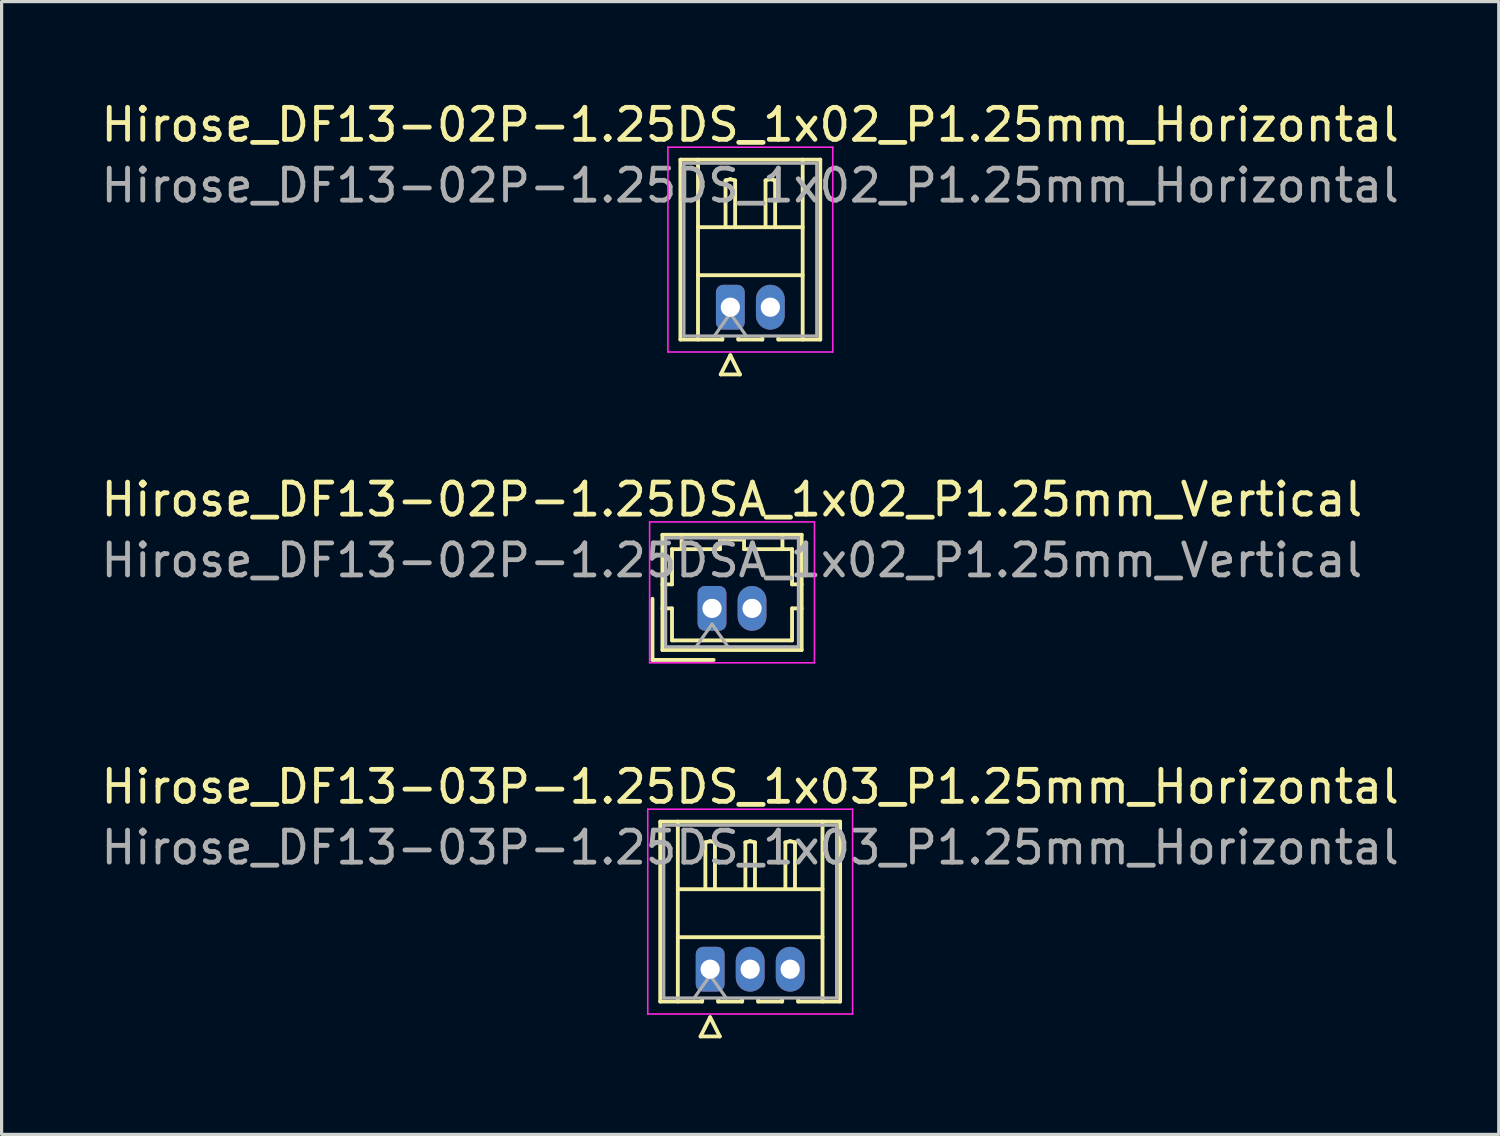
<source format=kicad_pcb>
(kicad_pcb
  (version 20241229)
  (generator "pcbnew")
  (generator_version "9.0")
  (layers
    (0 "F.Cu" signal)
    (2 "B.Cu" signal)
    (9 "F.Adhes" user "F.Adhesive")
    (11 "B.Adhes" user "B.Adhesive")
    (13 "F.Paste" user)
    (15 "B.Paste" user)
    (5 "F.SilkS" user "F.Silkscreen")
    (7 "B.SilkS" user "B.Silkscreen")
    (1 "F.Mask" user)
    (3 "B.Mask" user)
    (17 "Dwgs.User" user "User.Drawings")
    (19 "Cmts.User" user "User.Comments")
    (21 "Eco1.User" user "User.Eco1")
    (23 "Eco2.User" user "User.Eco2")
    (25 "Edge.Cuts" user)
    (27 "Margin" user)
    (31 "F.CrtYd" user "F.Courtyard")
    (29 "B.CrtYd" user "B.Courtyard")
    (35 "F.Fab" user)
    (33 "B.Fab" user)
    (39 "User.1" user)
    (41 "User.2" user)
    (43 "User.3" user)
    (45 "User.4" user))
  (footprint "Hirose_DF13-02P-1.25DS_1x02_P1.25mm_Horizontal"
    (layer "F.Cu")
    (at 19.767 6.548)
    (property "Reference" "Hirose_DF13-02P-1.25DS_1x02_P1.25mm_Horizontal" (at 0.62 -5.7 0) (layer "F.SilkS") (effects (font (size 1 1) (thickness 0.15))))
    (attr through_hole)
    (fp_line (start -1.56 -4.61) (end 2.81 -4.61) (stroke (width 0.12) (type solid)) (layer "F.SilkS"))
    (fp_line (start -1.56 1.01) (end -1.56 -4.61) (stroke (width 0.12) (type solid)) (layer "F.SilkS"))
    (fp_line (start -1.01 -4.61) (end -1.01 1.01) (stroke (width 0.12) (type solid)) (layer "F.SilkS"))
    (fp_line (start -1.01 -2.5) (end 2.26 -2.5) (stroke (width 0.12) (type solid)) (layer "F.SilkS"))
    (fp_line (start -1.01 -1) (end 2.26 -1) (stroke (width 0.12) (type solid)) (layer "F.SilkS"))
    (fp_line (start -0.3 2.1) (end 0.3 2.1) (stroke (width 0.12) (type solid)) (layer "F.SilkS"))
    (fp_line (start -0.25 0.96) (end -0.25 1.01) (stroke (width 0.12) (type solid)) (layer "F.SilkS"))
    (fp_line (start -0.25 1.01) (end -1.56 1.01) (stroke (width 0.12) (type solid)) (layer "F.SilkS"))
    (fp_line (start -0.15 -3.962) (end 0 -4) (stroke (width 0.12) (type solid)) (layer "F.SilkS"))
    (fp_line (start -0.15 -2.5) (end -0.15 -3.962) (stroke (width 0.12) (type solid)) (layer "F.SilkS"))
    (fp_line (start 0 -4) (end 0.15 -3.962) (stroke (width 0.12) (type solid)) (layer "F.SilkS"))
    (fp_line (start 0 1.5) (end -0.3 2.1) (stroke (width 0.12) (type solid)) (layer "F.SilkS"))
    (fp_line (start 0.15 -3.962) (end 0.15 -2.5) (stroke (width 0.12) (type solid)) (layer "F.SilkS"))
    (fp_line (start 0.25 0.96) (end 0.25 1.01) (stroke (width 0.12) (type solid)) (layer "F.SilkS"))
    (fp_line (start 0.25 1.01) (end 1 1.01) (stroke (width 0.12) (type solid)) (layer "F.SilkS"))
    (fp_line (start 0.3 2.1) (end 0 1.5) (stroke (width 0.12) (type solid)) (layer "F.SilkS"))
    (fp_line (start 1 1.01) (end 1 0.96) (stroke (width 0.12) (type solid)) (layer "F.SilkS"))
    (fp_line (start 1.1 -3.962) (end 1.25 -4) (stroke (width 0.12) (type solid)) (layer "F.SilkS"))
    (fp_line (start 1.1 -2.5) (end 1.1 -3.962) (stroke (width 0.12) (type solid)) (layer "F.SilkS"))
    (fp_line (start 1.25 -4) (end 1.4 -3.962) (stroke (width 0.12) (type solid)) (layer "F.SilkS"))
    (fp_line (start 1.4 -3.962) (end 1.4 -2.5) (stroke (width 0.12) (type solid)) (layer "F.SilkS"))
    (fp_line (start 1.5 1.01) (end 1.5 0.96) (stroke (width 0.12) (type solid)) (layer "F.SilkS"))
    (fp_line (start 2.26 -4.61) (end 2.26 1.01) (stroke (width 0.12) (type solid)) (layer "F.SilkS"))
    (fp_line (start 2.81 -4.61) (end 2.81 1.01) (stroke (width 0.12) (type solid)) (layer "F.SilkS"))
    (fp_line (start 2.81 1.01) (end 1.5 1.01) (stroke (width 0.12) (type solid)) (layer "F.SilkS"))
    (fp_line (start -1.95 -5) (end -1.95 1.4) (stroke (width 0.05) (type solid)) (layer "F.CrtYd"))
    (fp_line (start -1.95 1.4) (end 3.2 1.4) (stroke (width 0.05) (type solid)) (layer "F.CrtYd"))
    (fp_line (start 3.2 -5) (end -1.95 -5) (stroke (width 0.05) (type solid)) (layer "F.CrtYd"))
    (fp_line (start 3.2 1.4) (end 3.2 -5) (stroke (width 0.05) (type solid)) (layer "F.CrtYd"))
    (fp_line (start -1.45 -4.5) (end -1.45 0.9) (stroke (width 0.1) (type solid)) (layer "F.Fab"))
    (fp_line (start -1.45 0.9) (end 2.7 0.9) (stroke (width 0.1) (type solid)) (layer "F.Fab"))
    (fp_line (start -0.5 0.9) (end 0 0.193) (stroke (width 0.1) (type solid)) (layer "F.Fab"))
    (fp_line (start 0 0.193) (end 0.5 0.9) (stroke (width 0.1) (type solid)) (layer "F.Fab"))
    (fp_line (start 2.7 -4.5) (end -1.45 -4.5) (stroke (width 0.1) (type solid)) (layer "F.Fab"))
    (fp_line (start 2.7 0.9) (end 2.7 -4.5) (stroke (width 0.1) (type solid)) (layer "F.Fab"))
    (fp_text user "${REFERENCE}" (at 0.62 -3.8 0) (layer "F.Fab") (effects (font (size 1 1) (thickness 0.15))))
    (pad "1" thru_hole roundrect (at 0 0) (size 0.9 1.4) (drill 0.6) (layers "*.Cu" "*.Mask") (roundrect_rratio 0.25))
    (pad "2" thru_hole oval (at 1.25 0) (size 0.9 1.4) (drill 0.6) (layers "*.Cu" "*.Mask")))
  (footprint "Hirose_DF13-03P-1.25DS_1x03_P1.25mm_Horizontal"
    (layer "F.Cu")
    (at 19.137 27.23)
    (property "Reference" "Hirose_DF13-03P-1.25DS_1x03_P1.25mm_Horizontal" (at 1.25 -5.7 0) (layer "F.SilkS") (effects (font (size 1 1) (thickness 0.15))))
    (attr through_hole)
    (fp_line (start -1.56 -4.61) (end 4.06 -4.61) (stroke (width 0.12) (type solid)) (layer "F.SilkS"))
    (fp_line (start -1.56 1.01) (end -1.56 -4.61) (stroke (width 0.12) (type solid)) (layer "F.SilkS"))
    (fp_line (start -1.01 -4.61) (end -1.01 1.01) (stroke (width 0.12) (type solid)) (layer "F.SilkS"))
    (fp_line (start -1.01 -2.5) (end 3.51 -2.5) (stroke (width 0.12) (type solid)) (layer "F.SilkS"))
    (fp_line (start -1.01 -1) (end 3.51 -1) (stroke (width 0.12) (type solid)) (layer "F.SilkS"))
    (fp_line (start -0.3 2.1) (end 0.3 2.1) (stroke (width 0.12) (type solid)) (layer "F.SilkS"))
    (fp_line (start -0.25 0.96) (end -0.25 1.01) (stroke (width 0.12) (type solid)) (layer "F.SilkS"))
    (fp_line (start -0.25 1.01) (end -1.56 1.01) (stroke (width 0.12) (type solid)) (layer "F.SilkS"))
    (fp_line (start -0.15 -3.962) (end 0 -4) (stroke (width 0.12) (type solid)) (layer "F.SilkS"))
    (fp_line (start -0.15 -2.5) (end -0.15 -3.962) (stroke (width 0.12) (type solid)) (layer "F.SilkS"))
    (fp_line (start 0 -4) (end 0.15 -3.962) (stroke (width 0.12) (type solid)) (layer "F.SilkS"))
    (fp_line (start 0 1.5) (end -0.3 2.1) (stroke (width 0.12) (type solid)) (layer "F.SilkS"))
    (fp_line (start 0.15 -3.962) (end 0.15 -2.5) (stroke (width 0.12) (type solid)) (layer "F.SilkS"))
    (fp_line (start 0.25 0.96) (end 0.25 1.01) (stroke (width 0.12) (type solid)) (layer "F.SilkS"))
    (fp_line (start 0.25 1.01) (end 1 1.01) (stroke (width 0.12) (type solid)) (layer "F.SilkS"))
    (fp_line (start 0.3 2.1) (end 0 1.5) (stroke (width 0.12) (type solid)) (layer "F.SilkS"))
    (fp_line (start 1 1.01) (end 1 0.96) (stroke (width 0.12) (type solid)) (layer "F.SilkS"))
    (fp_line (start 1.1 -3.962) (end 1.25 -4) (stroke (width 0.12) (type solid)) (layer "F.SilkS"))
    (fp_line (start 1.1 -2.5) (end 1.1 -3.962) (stroke (width 0.12) (type solid)) (layer "F.SilkS"))
    (fp_line (start 1.25 -4) (end 1.4 -3.962) (stroke (width 0.12) (type solid)) (layer "F.SilkS"))
    (fp_line (start 1.4 -3.962) (end 1.4 -2.5) (stroke (width 0.12) (type solid)) (layer "F.SilkS"))
    (fp_line (start 1.5 0.96) (end 1.5 1.01) (stroke (width 0.12) (type solid)) (layer "F.SilkS"))
    (fp_line (start 1.5 1.01) (end 2.25 1.01) (stroke (width 0.12) (type solid)) (layer "F.SilkS"))
    (fp_line (start 2.25 1.01) (end 2.25 0.96) (stroke (width 0.12) (type solid)) (layer "F.SilkS"))
    (fp_line (start 2.35 -3.962) (end 2.5 -4) (stroke (width 0.12) (type solid)) (layer "F.SilkS"))
    (fp_line (start 2.35 -2.5) (end 2.35 -3.962) (stroke (width 0.12) (type solid)) (layer "F.SilkS"))
    (fp_line (start 2.5 -4) (end 2.65 -3.962) (stroke (width 0.12) (type solid)) (layer "F.SilkS"))
    (fp_line (start 2.65 -3.962) (end 2.65 -2.5) (stroke (width 0.12) (type solid)) (layer "F.SilkS"))
    (fp_line (start 2.75 1.01) (end 2.75 0.96) (stroke (width 0.12) (type solid)) (layer "F.SilkS"))
    (fp_line (start 3.51 -4.61) (end 3.51 1.01) (stroke (width 0.12) (type solid)) (layer "F.SilkS"))
    (fp_line (start 4.06 -4.61) (end 4.06 1.01) (stroke (width 0.12) (type solid)) (layer "F.SilkS"))
    (fp_line (start 4.06 1.01) (end 2.75 1.01) (stroke (width 0.12) (type solid)) (layer "F.SilkS"))
    (fp_line (start -1.95 -5) (end -1.95 1.4) (stroke (width 0.05) (type solid)) (layer "F.CrtYd"))
    (fp_line (start -1.95 1.4) (end 4.45 1.4) (stroke (width 0.05) (type solid)) (layer "F.CrtYd"))
    (fp_line (start 4.45 -5) (end -1.95 -5) (stroke (width 0.05) (type solid)) (layer "F.CrtYd"))
    (fp_line (start 4.45 1.4) (end 4.45 -5) (stroke (width 0.05) (type solid)) (layer "F.CrtYd"))
    (fp_line (start -1.45 -4.5) (end -1.45 0.9) (stroke (width 0.1) (type solid)) (layer "F.Fab"))
    (fp_line (start -1.45 0.9) (end 3.95 0.9) (stroke (width 0.1) (type solid)) (layer "F.Fab"))
    (fp_line (start -0.5 0.9) (end 0 0.193) (stroke (width 0.1) (type solid)) (layer "F.Fab"))
    (fp_line (start 0 0.193) (end 0.5 0.9) (stroke (width 0.1) (type solid)) (layer "F.Fab"))
    (fp_line (start 3.95 -4.5) (end -1.45 -4.5) (stroke (width 0.1) (type solid)) (layer "F.Fab"))
    (fp_line (start 3.95 0.9) (end 3.95 -4.5) (stroke (width 0.1) (type solid)) (layer "F.Fab"))
    (fp_text user "${REFERENCE}" (at 1.25 -3.8 0) (layer "F.Fab") (effects (font (size 1 1) (thickness 0.15))))
    (pad "1" thru_hole roundrect (at 0 0) (size 0.9 1.4) (drill 0.6) (layers "*.Cu" "*.Mask") (roundrect_rratio 0.25))
    (pad "2" thru_hole oval (at 1.25 0) (size 0.9 1.4) (drill 0.6) (layers "*.Cu" "*.Mask"))
    (pad "3" thru_hole oval (at 2.5 0) (size 0.9 1.4) (drill 0.6) (layers "*.Cu" "*.Mask")))
  (footprint "Hirose_DF13-02P-1.25DSA_1x02_P1.25mm_Vertical"
    (layer "F.Cu")
    (at 19.195 15.957)
    (property "Reference" "Hirose_DF13-02P-1.25DSA_1x02_P1.25mm_Vertical" (at 0.62 -3.4 0) (layer "F.SilkS") (effects (font (size 1 1) (thickness 0.15))))
    (attr through_hole)
    (fp_line (start -1.86 -0.3) (end -1.86 1.61) (stroke (width 0.12) (type solid)) (layer "F.SilkS"))
    (fp_line (start -1.86 1.61) (end 0.05 1.61) (stroke (width 0.12) (type solid)) (layer "F.SilkS"))
    (fp_line (start -1.55 -2.3) (end -1.55 1.3) (stroke (width 0.12) (type solid)) (layer "F.SilkS"))
    (fp_line (start -1.55 -0.75) (end -1.25 -0.75) (stroke (width 0.12) (type solid)) (layer "F.SilkS"))
    (fp_line (start -1.55 0) (end -1.25 0) (stroke (width 0.12) (type solid)) (layer "F.SilkS"))
    (fp_line (start -1.55 1.3) (end 2.8 1.3) (stroke (width 0.12) (type solid)) (layer "F.SilkS"))
    (fp_line (start -1.25 -1.85) (end -0.95 -1.85) (stroke (width 0.12) (type solid)) (layer "F.SilkS"))
    (fp_line (start -1.25 -0.75) (end -1.25 -1.85) (stroke (width 0.12) (type solid)) (layer "F.SilkS"))
    (fp_line (start -1.25 0) (end -1.25 1) (stroke (width 0.12) (type solid)) (layer "F.SilkS"))
    (fp_line (start -1.25 1) (end 2.5 1) (stroke (width 0.12) (type solid)) (layer "F.SilkS"))
    (fp_line (start -0.95 -1.85) (end -0.95 -2.3) (stroke (width 0.12) (type solid)) (layer "F.SilkS"))
    (fp_line (start -0.95 -1.85) (end 0.25 -1.85) (stroke (width 0.12) (type solid)) (layer "F.SilkS"))
    (fp_line (start 0.25 -2.15) (end 1 -2.15) (stroke (width 0.12) (type solid)) (layer "F.SilkS"))
    (fp_line (start 0.25 -1.85) (end 0.25 -2.15) (stroke (width 0.12) (type solid)) (layer "F.SilkS"))
    (fp_line (start 1 -2.15) (end 1 -1.85) (stroke (width 0.12) (type solid)) (layer "F.SilkS"))
    (fp_line (start 1 -1.85) (end 2.2 -1.85) (stroke (width 0.12) (type solid)) (layer "F.SilkS"))
    (fp_line (start 2.2 -1.85) (end 2.2 -2.3) (stroke (width 0.12) (type solid)) (layer "F.SilkS"))
    (fp_line (start 2.5 -1.85) (end 2.2 -1.85) (stroke (width 0.12) (type solid)) (layer "F.SilkS"))
    (fp_line (start 2.5 -0.75) (end 2.5 -1.85) (stroke (width 0.12) (type solid)) (layer "F.SilkS"))
    (fp_line (start 2.5 0) (end 2.8 0) (stroke (width 0.12) (type solid)) (layer "F.SilkS"))
    (fp_line (start 2.5 1) (end 2.5 0) (stroke (width 0.12) (type solid)) (layer "F.SilkS"))
    (fp_line (start 2.8 -2.3) (end -1.55 -2.3) (stroke (width 0.12) (type solid)) (layer "F.SilkS"))
    (fp_line (start 2.8 -0.75) (end 2.5 -0.75) (stroke (width 0.12) (type solid)) (layer "F.SilkS"))
    (fp_line (start 2.8 1.3) (end 2.8 -2.3) (stroke (width 0.12) (type solid)) (layer "F.SilkS"))
    (fp_line (start -1.95 -2.7) (end -1.95 1.7) (stroke (width 0.05) (type solid)) (layer "F.CrtYd"))
    (fp_line (start -1.95 1.7) (end 3.2 1.7) (stroke (width 0.05) (type solid)) (layer "F.CrtYd"))
    (fp_line (start 3.2 -2.7) (end -1.95 -2.7) (stroke (width 0.05) (type solid)) (layer "F.CrtYd"))
    (fp_line (start 3.2 1.7) (end 3.2 -2.7) (stroke (width 0.05) (type solid)) (layer "F.CrtYd"))
    (fp_line (start -1.45 -2.2) (end -1.45 1.2) (stroke (width 0.1) (type solid)) (layer "F.Fab"))
    (fp_line (start -1.45 1.2) (end 2.7 1.2) (stroke (width 0.1) (type solid)) (layer "F.Fab"))
    (fp_line (start -0.5 1.2) (end 0 0.493) (stroke (width 0.1) (type solid)) (layer "F.Fab"))
    (fp_line (start 0 0.493) (end 0.5 1.2) (stroke (width 0.1) (type solid)) (layer "F.Fab"))
    (fp_line (start 2.7 -2.2) (end -1.45 -2.2) (stroke (width 0.1) (type solid)) (layer "F.Fab"))
    (fp_line (start 2.7 1.2) (end 2.7 -2.2) (stroke (width 0.1) (type solid)) (layer "F.Fab"))
    (fp_text user "${REFERENCE}" (at 0.62 -1.5 0) (layer "F.Fab") (effects (font (size 1 1) (thickness 0.15))))
    (pad "1" thru_hole roundrect (at 0 0) (size 0.9 1.4) (drill 0.6) (layers "*.Cu" "*.Mask") (roundrect_rratio 0.25))
    (pad "2" thru_hole oval (at 1.25 0) (size 0.9 1.4) (drill 0.6) (layers "*.Cu" "*.Mask")))
  (gr_rect
    (start -3 -3)
    (end 43.774 32.39)
    (stroke (width 0.1) (type default))
    (fill no)
    (layer "Edge.Cuts")))
</source>
